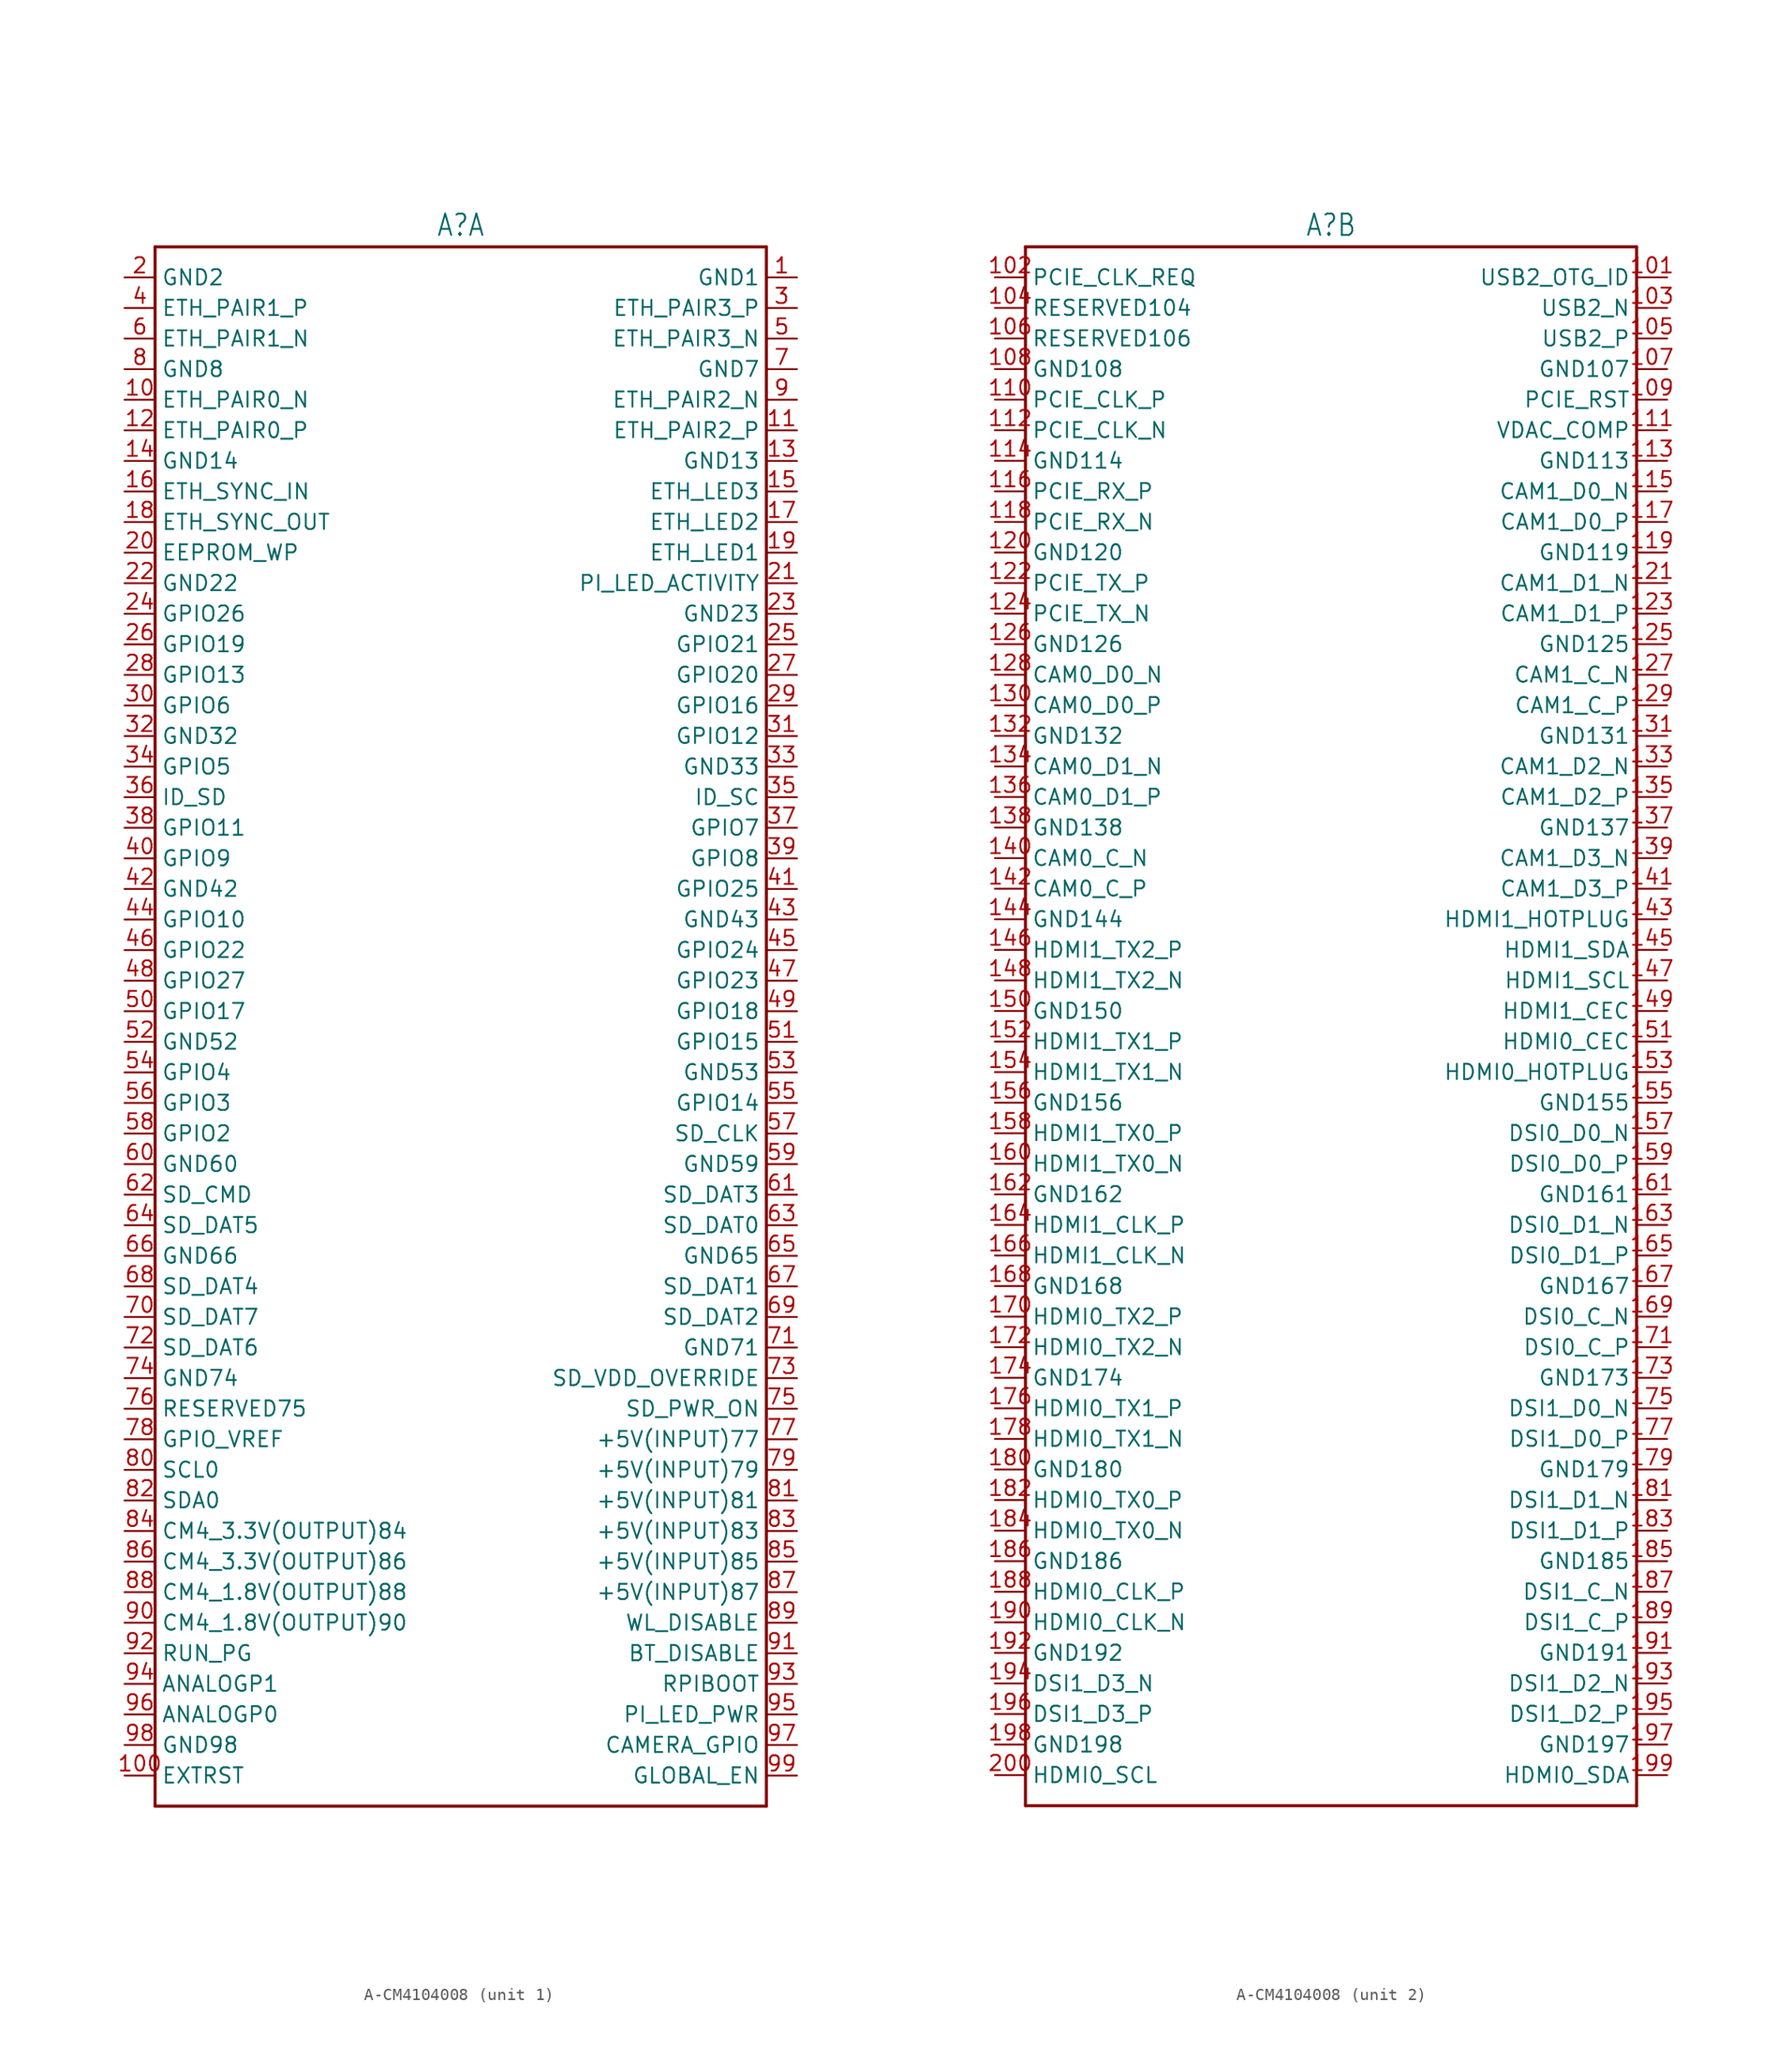
<source format=kicad_sym>
(kicad_symbol_lib
  (version 20231120)
  (generator "kicad_symbol_editor")
  (generator_version "8.0")
  (symbol "A-CM4104008"
    (property "Reference" "A"
      (at 0 66.802 0)
      (effects (font (size 1.778 1.511)) (justify bottom)))
    (property "Value" ""
      (at 0 -64.262 0)
      (effects (font (size 1.778 1.511)) (justify top)))
    (property "ki_locked" ""
      (at 0 0 0)
      (effects (font (size 1.27 1.27))))
    (symbol "A-CM4104008_1_0"
      (polyline (pts (xy -25.4 -63.5) (xy -25.4 66.04)) (stroke (width 0.254) (type solid)) (fill (type none)))
      (polyline (pts (xy -25.4 66.04) (xy 25.4 66.04)) (stroke (width 0.254) (type solid)) (fill (type none)))
      (polyline (pts (xy 25.4 -63.5) (xy -25.4 -63.5)) (stroke (width 0.254) (type solid)) (fill (type none)))
      (polyline (pts (xy 25.4 66.04) (xy 25.4 -63.5)) (stroke (width 0.254) (type solid)) (fill (type none)))
      (pin passive line (at 27.94 63.5 180) (length 2.54) (name "GND1" (effects (font (size 1.27 1.27)))) (number "1" (effects (font (size 1.27 1.27)))))
      (pin passive line (at -27.94 53.34 0) (length 2.54) (name "ETH_PAIR0_N" (effects (font (size 1.27 1.27)))) (number "10" (effects (font (size 1.27 1.27)))))
      (pin passive line (at -27.94 -60.96 0) (length 2.54) (name "EXTRST" (effects (font (size 1.27 1.27)))) (number "100" (effects (font (size 1.27 1.27)))))
      (pin passive line (at 27.94 50.8 180) (length 2.54) (name "ETH_PAIR2_P" (effects (font (size 1.27 1.27)))) (number "11" (effects (font (size 1.27 1.27)))))
      (pin passive line (at -27.94 50.8 0) (length 2.54) (name "ETH_PAIR0_P" (effects (font (size 1.27 1.27)))) (number "12" (effects (font (size 1.27 1.27)))))
      (pin passive line (at 27.94 48.26 180) (length 2.54) (name "GND13" (effects (font (size 1.27 1.27)))) (number "13" (effects (font (size 1.27 1.27)))))
      (pin passive line (at -27.94 48.26 0) (length 2.54) (name "GND14" (effects (font (size 1.27 1.27)))) (number "14" (effects (font (size 1.27 1.27)))))
      (pin passive line (at 27.94 45.72 180) (length 2.54) (name "ETH_LED3" (effects (font (size 1.27 1.27)))) (number "15" (effects (font (size 1.27 1.27)))))
      (pin passive line (at -27.94 45.72 0) (length 2.54) (name "ETH_SYNC_IN" (effects (font (size 1.27 1.27)))) (number "16" (effects (font (size 1.27 1.27)))))
      (pin passive line (at 27.94 43.18 180) (length 2.54) (name "ETH_LED2" (effects (font (size 1.27 1.27)))) (number "17" (effects (font (size 1.27 1.27)))))
      (pin passive line (at -27.94 43.18 0) (length 2.54) (name "ETH_SYNC_OUT" (effects (font (size 1.27 1.27)))) (number "18" (effects (font (size 1.27 1.27)))))
      (pin passive line (at 27.94 40.64 180) (length 2.54) (name "ETH_LED1" (effects (font (size 1.27 1.27)))) (number "19" (effects (font (size 1.27 1.27)))))
      (pin passive line (at -27.94 63.5 0) (length 2.54) (name "GND2" (effects (font (size 1.27 1.27)))) (number "2" (effects (font (size 1.27 1.27)))))
      (pin passive line (at -27.94 40.64 0) (length 2.54) (name "EEPROM_WP" (effects (font (size 1.27 1.27)))) (number "20" (effects (font (size 1.27 1.27)))))
      (pin passive line (at 27.94 38.1 180) (length 2.54) (name "PI_LED_ACTIVITY" (effects (font (size 1.27 1.27)))) (number "21" (effects (font (size 1.27 1.27)))))
      (pin passive line (at -27.94 38.1 0) (length 2.54) (name "GND22" (effects (font (size 1.27 1.27)))) (number "22" (effects (font (size 1.27 1.27)))))
      (pin passive line (at 27.94 35.56 180) (length 2.54) (name "GND23" (effects (font (size 1.27 1.27)))) (number "23" (effects (font (size 1.27 1.27)))))
      (pin passive line (at -27.94 35.56 0) (length 2.54) (name "GPIO26" (effects (font (size 1.27 1.27)))) (number "24" (effects (font (size 1.27 1.27)))))
      (pin passive line (at 27.94 33.02 180) (length 2.54) (name "GPIO21" (effects (font (size 1.27 1.27)))) (number "25" (effects (font (size 1.27 1.27)))))
      (pin passive line (at -27.94 33.02 0) (length 2.54) (name "GPIO19" (effects (font (size 1.27 1.27)))) (number "26" (effects (font (size 1.27 1.27)))))
      (pin passive line (at 27.94 30.48 180) (length 2.54) (name "GPIO20" (effects (font (size 1.27 1.27)))) (number "27" (effects (font (size 1.27 1.27)))))
      (pin passive line (at -27.94 30.48 0) (length 2.54) (name "GPIO13" (effects (font (size 1.27 1.27)))) (number "28" (effects (font (size 1.27 1.27)))))
      (pin passive line (at 27.94 27.94 180) (length 2.54) (name "GPIO16" (effects (font (size 1.27 1.27)))) (number "29" (effects (font (size 1.27 1.27)))))
      (pin passive line (at 27.94 60.96 180) (length 2.54) (name "ETH_PAIR3_P" (effects (font (size 1.27 1.27)))) (number "3" (effects (font (size 1.27 1.27)))))
      (pin passive line (at -27.94 27.94 0) (length 2.54) (name "GPIO6" (effects (font (size 1.27 1.27)))) (number "30" (effects (font (size 1.27 1.27)))))
      (pin passive line (at 27.94 25.4 180) (length 2.54) (name "GPIO12" (effects (font (size 1.27 1.27)))) (number "31" (effects (font (size 1.27 1.27)))))
      (pin passive line (at -27.94 25.4 0) (length 2.54) (name "GND32" (effects (font (size 1.27 1.27)))) (number "32" (effects (font (size 1.27 1.27)))))
      (pin passive line (at 27.94 22.86 180) (length 2.54) (name "GND33" (effects (font (size 1.27 1.27)))) (number "33" (effects (font (size 1.27 1.27)))))
      (pin passive line (at -27.94 22.86 0) (length 2.54) (name "GPIO5" (effects (font (size 1.27 1.27)))) (number "34" (effects (font (size 1.27 1.27)))))
      (pin passive line (at 27.94 20.32 180) (length 2.54) (name "ID_SC" (effects (font (size 1.27 1.27)))) (number "35" (effects (font (size 1.27 1.27)))))
      (pin passive line (at -27.94 20.32 0) (length 2.54) (name "ID_SD" (effects (font (size 1.27 1.27)))) (number "36" (effects (font (size 1.27 1.27)))))
      (pin passive line (at 27.94 17.78 180) (length 2.54) (name "GPIO7" (effects (font (size 1.27 1.27)))) (number "37" (effects (font (size 1.27 1.27)))))
      (pin passive line (at -27.94 17.78 0) (length 2.54) (name "GPIO11" (effects (font (size 1.27 1.27)))) (number "38" (effects (font (size 1.27 1.27)))))
      (pin passive line (at 27.94 15.24 180) (length 2.54) (name "GPIO8" (effects (font (size 1.27 1.27)))) (number "39" (effects (font (size 1.27 1.27)))))
      (pin passive line (at -27.94 60.96 0) (length 2.54) (name "ETH_PAIR1_P" (effects (font (size 1.27 1.27)))) (number "4" (effects (font (size 1.27 1.27)))))
      (pin passive line (at -27.94 15.24 0) (length 2.54) (name "GPIO9" (effects (font (size 1.27 1.27)))) (number "40" (effects (font (size 1.27 1.27)))))
      (pin passive line (at 27.94 12.7 180) (length 2.54) (name "GPIO25" (effects (font (size 1.27 1.27)))) (number "41" (effects (font (size 1.27 1.27)))))
      (pin passive line (at -27.94 12.7 0) (length 2.54) (name "GND42" (effects (font (size 1.27 1.27)))) (number "42" (effects (font (size 1.27 1.27)))))
      (pin passive line (at 27.94 10.16 180) (length 2.54) (name "GND43" (effects (font (size 1.27 1.27)))) (number "43" (effects (font (size 1.27 1.27)))))
      (pin passive line (at -27.94 10.16 0) (length 2.54) (name "GPIO10" (effects (font (size 1.27 1.27)))) (number "44" (effects (font (size 1.27 1.27)))))
      (pin passive line (at 27.94 7.62 180) (length 2.54) (name "GPIO24" (effects (font (size 1.27 1.27)))) (number "45" (effects (font (size 1.27 1.27)))))
      (pin passive line (at -27.94 7.62 0) (length 2.54) (name "GPIO22" (effects (font (size 1.27 1.27)))) (number "46" (effects (font (size 1.27 1.27)))))
      (pin passive line (at 27.94 5.08 180) (length 2.54) (name "GPIO23" (effects (font (size 1.27 1.27)))) (number "47" (effects (font (size 1.27 1.27)))))
      (pin passive line (at -27.94 5.08 0) (length 2.54) (name "GPIO27" (effects (font (size 1.27 1.27)))) (number "48" (effects (font (size 1.27 1.27)))))
      (pin passive line (at 27.94 2.54 180) (length 2.54) (name "GPIO18" (effects (font (size 1.27 1.27)))) (number "49" (effects (font (size 1.27 1.27)))))
      (pin passive line (at 27.94 58.42 180) (length 2.54) (name "ETH_PAIR3_N" (effects (font (size 1.27 1.27)))) (number "5" (effects (font (size 1.27 1.27)))))
      (pin passive line (at -27.94 2.54 0) (length 2.54) (name "GPIO17" (effects (font (size 1.27 1.27)))) (number "50" (effects (font (size 1.27 1.27)))))
      (pin passive line (at 27.94 0 180) (length 2.54) (name "GPIO15" (effects (font (size 1.27 1.27)))) (number "51" (effects (font (size 1.27 1.27)))))
      (pin passive line (at -27.94 0 0) (length 2.54) (name "GND52" (effects (font (size 1.27 1.27)))) (number "52" (effects (font (size 1.27 1.27)))))
      (pin passive line (at 27.94 -2.54 180) (length 2.54) (name "GND53" (effects (font (size 1.27 1.27)))) (number "53" (effects (font (size 1.27 1.27)))))
      (pin passive line (at -27.94 -2.54 0) (length 2.54) (name "GPIO4" (effects (font (size 1.27 1.27)))) (number "54" (effects (font (size 1.27 1.27)))))
      (pin passive line (at 27.94 -5.08 180) (length 2.54) (name "GPIO14" (effects (font (size 1.27 1.27)))) (number "55" (effects (font (size 1.27 1.27)))))
      (pin passive line (at -27.94 -5.08 0) (length 2.54) (name "GPIO3" (effects (font (size 1.27 1.27)))) (number "56" (effects (font (size 1.27 1.27)))))
      (pin passive line (at 27.94 -7.62 180) (length 2.54) (name "SD_CLK" (effects (font (size 1.27 1.27)))) (number "57" (effects (font (size 1.27 1.27)))))
      (pin passive line (at -27.94 -7.62 0) (length 2.54) (name "GPIO2" (effects (font (size 1.27 1.27)))) (number "58" (effects (font (size 1.27 1.27)))))
      (pin passive line (at 27.94 -10.16 180) (length 2.54) (name "GND59" (effects (font (size 1.27 1.27)))) (number "59" (effects (font (size 1.27 1.27)))))
      (pin passive line (at -27.94 58.42 0) (length 2.54) (name "ETH_PAIR1_N" (effects (font (size 1.27 1.27)))) (number "6" (effects (font (size 1.27 1.27)))))
      (pin passive line (at -27.94 -10.16 0) (length 2.54) (name "GND60" (effects (font (size 1.27 1.27)))) (number "60" (effects (font (size 1.27 1.27)))))
      (pin passive line (at 27.94 -12.7 180) (length 2.54) (name "SD_DAT3" (effects (font (size 1.27 1.27)))) (number "61" (effects (font (size 1.27 1.27)))))
      (pin passive line (at -27.94 -12.7 0) (length 2.54) (name "SD_CMD" (effects (font (size 1.27 1.27)))) (number "62" (effects (font (size 1.27 1.27)))))
      (pin passive line (at 27.94 -15.24 180) (length 2.54) (name "SD_DAT0" (effects (font (size 1.27 1.27)))) (number "63" (effects (font (size 1.27 1.27)))))
      (pin passive line (at -27.94 -15.24 0) (length 2.54) (name "SD_DAT5" (effects (font (size 1.27 1.27)))) (number "64" (effects (font (size 1.27 1.27)))))
      (pin passive line (at 27.94 -17.78 180) (length 2.54) (name "GND65" (effects (font (size 1.27 1.27)))) (number "65" (effects (font (size 1.27 1.27)))))
      (pin passive line (at -27.94 -17.78 0) (length 2.54) (name "GND66" (effects (font (size 1.27 1.27)))) (number "66" (effects (font (size 1.27 1.27)))))
      (pin passive line (at 27.94 -20.32 180) (length 2.54) (name "SD_DAT1" (effects (font (size 1.27 1.27)))) (number "67" (effects (font (size 1.27 1.27)))))
      (pin passive line (at -27.94 -20.32 0) (length 2.54) (name "SD_DAT4" (effects (font (size 1.27 1.27)))) (number "68" (effects (font (size 1.27 1.27)))))
      (pin passive line (at 27.94 -22.86 180) (length 2.54) (name "SD_DAT2" (effects (font (size 1.27 1.27)))) (number "69" (effects (font (size 1.27 1.27)))))
      (pin passive line (at 27.94 55.88 180) (length 2.54) (name "GND7" (effects (font (size 1.27 1.27)))) (number "7" (effects (font (size 1.27 1.27)))))
      (pin passive line (at -27.94 -22.86 0) (length 2.54) (name "SD_DAT7" (effects (font (size 1.27 1.27)))) (number "70" (effects (font (size 1.27 1.27)))))
      (pin passive line (at 27.94 -25.4 180) (length 2.54) (name "GND71" (effects (font (size 1.27 1.27)))) (number "71" (effects (font (size 1.27 1.27)))))
      (pin passive line (at -27.94 -25.4 0) (length 2.54) (name "SD_DAT6" (effects (font (size 1.27 1.27)))) (number "72" (effects (font (size 1.27 1.27)))))
      (pin passive line (at 27.94 -27.94 180) (length 2.54) (name "SD_VDD_OVERRIDE" (effects (font (size 1.27 1.27)))) (number "73" (effects (font (size 1.27 1.27)))))
      (pin passive line (at -27.94 -27.94 0) (length 2.54) (name "GND74" (effects (font (size 1.27 1.27)))) (number "74" (effects (font (size 1.27 1.27)))))
      (pin passive line (at 27.94 -30.48 180) (length 2.54) (name "SD_PWR_ON" (effects (font (size 1.27 1.27)))) (number "75" (effects (font (size 1.27 1.27)))))
      (pin passive line (at -27.94 -30.48 0) (length 2.54) (name "RESERVED75" (effects (font (size 1.27 1.27)))) (number "76" (effects (font (size 1.27 1.27)))))
      (pin passive line (at 27.94 -33.02 180) (length 2.54) (name "+5V(INPUT)77" (effects (font (size 1.27 1.27)))) (number "77" (effects (font (size 1.27 1.27)))))
      (pin passive line (at -27.94 -33.02 0) (length 2.54) (name "GPIO_VREF" (effects (font (size 1.27 1.27)))) (number "78" (effects (font (size 1.27 1.27)))))
      (pin passive line (at 27.94 -35.56 180) (length 2.54) (name "+5V(INPUT)79" (effects (font (size 1.27 1.27)))) (number "79" (effects (font (size 1.27 1.27)))))
      (pin passive line (at -27.94 55.88 0) (length 2.54) (name "GND8" (effects (font (size 1.27 1.27)))) (number "8" (effects (font (size 1.27 1.27)))))
      (pin passive line (at -27.94 -35.56 0) (length 2.54) (name "SCL0" (effects (font (size 1.27 1.27)))) (number "80" (effects (font (size 1.27 1.27)))))
      (pin passive line (at 27.94 -38.1 180) (length 2.54) (name "+5V(INPUT)81" (effects (font (size 1.27 1.27)))) (number "81" (effects (font (size 1.27 1.27)))))
      (pin passive line (at -27.94 -38.1 0) (length 2.54) (name "SDA0" (effects (font (size 1.27 1.27)))) (number "82" (effects (font (size 1.27 1.27)))))
      (pin passive line (at 27.94 -40.64 180) (length 2.54) (name "+5V(INPUT)83" (effects (font (size 1.27 1.27)))) (number "83" (effects (font (size 1.27 1.27)))))
      (pin passive line (at -27.94 -40.64 0) (length 2.54) (name "CM4_3.3V(OUTPUT)84" (effects (font (size 1.27 1.27)))) (number "84" (effects (font (size 1.27 1.27)))))
      (pin passive line (at 27.94 -43.18 180) (length 2.54) (name "+5V(INPUT)85" (effects (font (size 1.27 1.27)))) (number "85" (effects (font (size 1.27 1.27)))))
      (pin passive line (at -27.94 -43.18 0) (length 2.54) (name "CM4_3.3V(OUTPUT)86" (effects (font (size 1.27 1.27)))) (number "86" (effects (font (size 1.27 1.27)))))
      (pin passive line (at 27.94 -45.72 180) (length 2.54) (name "+5V(INPUT)87" (effects (font (size 1.27 1.27)))) (number "87" (effects (font (size 1.27 1.27)))))
      (pin passive line (at -27.94 -45.72 0) (length 2.54) (name "CM4_1.8V(OUTPUT)88" (effects (font (size 1.27 1.27)))) (number "88" (effects (font (size 1.27 1.27)))))
      (pin passive line (at 27.94 -48.26 180) (length 2.54) (name "WL_DISABLE" (effects (font (size 1.27 1.27)))) (number "89" (effects (font (size 1.27 1.27)))))
      (pin passive line (at 27.94 53.34 180) (length 2.54) (name "ETH_PAIR2_N" (effects (font (size 1.27 1.27)))) (number "9" (effects (font (size 1.27 1.27)))))
      (pin passive line (at -27.94 -48.26 0) (length 2.54) (name "CM4_1.8V(OUTPUT)90" (effects (font (size 1.27 1.27)))) (number "90" (effects (font (size 1.27 1.27)))))
      (pin passive line (at 27.94 -50.8 180) (length 2.54) (name "BT_DISABLE" (effects (font (size 1.27 1.27)))) (number "91" (effects (font (size 1.27 1.27)))))
      (pin passive line (at -27.94 -50.8 0) (length 2.54) (name "RUN_PG" (effects (font (size 1.27 1.27)))) (number "92" (effects (font (size 1.27 1.27)))))
      (pin passive line (at 27.94 -53.34 180) (length 2.54) (name "RPIBOOT" (effects (font (size 1.27 1.27)))) (number "93" (effects (font (size 1.27 1.27)))))
      (pin passive line (at -27.94 -53.34 0) (length 2.54) (name "ANALOGP1" (effects (font (size 1.27 1.27)))) (number "94" (effects (font (size 1.27 1.27)))))
      (pin passive line (at 27.94 -55.88 180) (length 2.54) (name "PI_LED_PWR" (effects (font (size 1.27 1.27)))) (number "95" (effects (font (size 1.27 1.27)))))
      (pin passive line (at -27.94 -55.88 0) (length 2.54) (name "ANALOGP0" (effects (font (size 1.27 1.27)))) (number "96" (effects (font (size 1.27 1.27)))))
      (pin passive line (at 27.94 -58.42 180) (length 2.54) (name "CAMERA_GPIO" (effects (font (size 1.27 1.27)))) (number "97" (effects (font (size 1.27 1.27)))))
      (pin passive line (at -27.94 -58.42 0) (length 2.54) (name "GND98" (effects (font (size 1.27 1.27)))) (number "98" (effects (font (size 1.27 1.27)))))
      (pin passive line (at 27.94 -60.96 180) (length 2.54) (name "GLOBAL_EN" (effects (font (size 1.27 1.27)))) (number "99" (effects (font (size 1.27 1.27))))))
    (symbol "A-CM4104008_2_0"
      (polyline (pts (xy -25.4 -63.5) (xy -25.4 66.04)) (stroke (width 0.254) (type solid)) (fill (type none)))
      (polyline (pts (xy -25.4 66.04) (xy 25.4 66.04)) (stroke (width 0.254) (type solid)) (fill (type none)))
      (polyline (pts (xy 25.4 -63.5) (xy -25.4 -63.5)) (stroke (width 0.254) (type solid)) (fill (type none)))
      (polyline (pts (xy 25.4 66.04) (xy 25.4 -63.5)) (stroke (width 0.254) (type solid)) (fill (type none)))
      (pin passive line (at 27.94 63.5 180) (length 2.54) (name "USB2_OTG_ID" (effects (font (size 1.27 1.27)))) (number "101" (effects (font (size 1.27 1.27)))))
      (pin passive line (at -27.94 63.5 0) (length 2.54) (name "PCIE_CLK_REQ" (effects (font (size 1.27 1.27)))) (number "102" (effects (font (size 1.27 1.27)))))
      (pin passive line (at 27.94 60.96 180) (length 2.54) (name "USB2_N" (effects (font (size 1.27 1.27)))) (number "103" (effects (font (size 1.27 1.27)))))
      (pin passive line (at -27.94 60.96 0) (length 2.54) (name "RESERVED104" (effects (font (size 1.27 1.27)))) (number "104" (effects (font (size 1.27 1.27)))))
      (pin passive line (at 27.94 58.42 180) (length 2.54) (name "USB2_P" (effects (font (size 1.27 1.27)))) (number "105" (effects (font (size 1.27 1.27)))))
      (pin passive line (at -27.94 58.42 0) (length 2.54) (name "RESERVED106" (effects (font (size 1.27 1.27)))) (number "106" (effects (font (size 1.27 1.27)))))
      (pin passive line (at 27.94 55.88 180) (length 2.54) (name "GND107" (effects (font (size 1.27 1.27)))) (number "107" (effects (font (size 1.27 1.27)))))
      (pin passive line (at -27.94 55.88 0) (length 2.54) (name "GND108" (effects (font (size 1.27 1.27)))) (number "108" (effects (font (size 1.27 1.27)))))
      (pin passive line (at 27.94 53.34 180) (length 2.54) (name "PCIE_RST" (effects (font (size 1.27 1.27)))) (number "109" (effects (font (size 1.27 1.27)))))
      (pin passive line (at -27.94 53.34 0) (length 2.54) (name "PCIE_CLK_P" (effects (font (size 1.27 1.27)))) (number "110" (effects (font (size 1.27 1.27)))))
      (pin passive line (at 27.94 50.8 180) (length 2.54) (name "VDAC_COMP" (effects (font (size 1.27 1.27)))) (number "111" (effects (font (size 1.27 1.27)))))
      (pin passive line (at -27.94 50.8 0) (length 2.54) (name "PCIE_CLK_N" (effects (font (size 1.27 1.27)))) (number "112" (effects (font (size 1.27 1.27)))))
      (pin passive line (at 27.94 48.26 180) (length 2.54) (name "GND113" (effects (font (size 1.27 1.27)))) (number "113" (effects (font (size 1.27 1.27)))))
      (pin passive line (at -27.94 48.26 0) (length 2.54) (name "GND114" (effects (font (size 1.27 1.27)))) (number "114" (effects (font (size 1.27 1.27)))))
      (pin passive line (at 27.94 45.72 180) (length 2.54) (name "CAM1_D0_N" (effects (font (size 1.27 1.27)))) (number "115" (effects (font (size 1.27 1.27)))))
      (pin passive line (at -27.94 45.72 0) (length 2.54) (name "PCIE_RX_P" (effects (font (size 1.27 1.27)))) (number "116" (effects (font (size 1.27 1.27)))))
      (pin passive line (at 27.94 43.18 180) (length 2.54) (name "CAM1_D0_P" (effects (font (size 1.27 1.27)))) (number "117" (effects (font (size 1.27 1.27)))))
      (pin passive line (at -27.94 43.18 0) (length 2.54) (name "PCIE_RX_N" (effects (font (size 1.27 1.27)))) (number "118" (effects (font (size 1.27 1.27)))))
      (pin passive line (at 27.94 40.64 180) (length 2.54) (name "GND119" (effects (font (size 1.27 1.27)))) (number "119" (effects (font (size 1.27 1.27)))))
      (pin passive line (at -27.94 40.64 0) (length 2.54) (name "GND120" (effects (font (size 1.27 1.27)))) (number "120" (effects (font (size 1.27 1.27)))))
      (pin passive line (at 27.94 38.1 180) (length 2.54) (name "CAM1_D1_N" (effects (font (size 1.27 1.27)))) (number "121" (effects (font (size 1.27 1.27)))))
      (pin passive line (at -27.94 38.1 0) (length 2.54) (name "PCIE_TX_P" (effects (font (size 1.27 1.27)))) (number "122" (effects (font (size 1.27 1.27)))))
      (pin passive line (at 27.94 35.56 180) (length 2.54) (name "CAM1_D1_P" (effects (font (size 1.27 1.27)))) (number "123" (effects (font (size 1.27 1.27)))))
      (pin passive line (at -27.94 35.56 0) (length 2.54) (name "PCIE_TX_N" (effects (font (size 1.27 1.27)))) (number "124" (effects (font (size 1.27 1.27)))))
      (pin passive line (at 27.94 33.02 180) (length 2.54) (name "GND125" (effects (font (size 1.27 1.27)))) (number "125" (effects (font (size 1.27 1.27)))))
      (pin passive line (at -27.94 33.02 0) (length 2.54) (name "GND126" (effects (font (size 1.27 1.27)))) (number "126" (effects (font (size 1.27 1.27)))))
      (pin passive line (at 27.94 30.48 180) (length 2.54) (name "CAM1_C_N" (effects (font (size 1.27 1.27)))) (number "127" (effects (font (size 1.27 1.27)))))
      (pin passive line (at -27.94 30.48 0) (length 2.54) (name "CAM0_D0_N" (effects (font (size 1.27 1.27)))) (number "128" (effects (font (size 1.27 1.27)))))
      (pin passive line (at 27.94 27.94 180) (length 2.54) (name "CAM1_C_P" (effects (font (size 1.27 1.27)))) (number "129" (effects (font (size 1.27 1.27)))))
      (pin passive line (at -27.94 27.94 0) (length 2.54) (name "CAM0_D0_P" (effects (font (size 1.27 1.27)))) (number "130" (effects (font (size 1.27 1.27)))))
      (pin passive line (at 27.94 25.4 180) (length 2.54) (name "GND131" (effects (font (size 1.27 1.27)))) (number "131" (effects (font (size 1.27 1.27)))))
      (pin passive line (at -27.94 25.4 0) (length 2.54) (name "GND132" (effects (font (size 1.27 1.27)))) (number "132" (effects (font (size 1.27 1.27)))))
      (pin passive line (at 27.94 22.86 180) (length 2.54) (name "CAM1_D2_N" (effects (font (size 1.27 1.27)))) (number "133" (effects (font (size 1.27 1.27)))))
      (pin passive line (at -27.94 22.86 0) (length 2.54) (name "CAM0_D1_N" (effects (font (size 1.27 1.27)))) (number "134" (effects (font (size 1.27 1.27)))))
      (pin passive line (at 27.94 20.32 180) (length 2.54) (name "CAM1_D2_P" (effects (font (size 1.27 1.27)))) (number "135" (effects (font (size 1.27 1.27)))))
      (pin passive line (at -27.94 20.32 0) (length 2.54) (name "CAM0_D1_P" (effects (font (size 1.27 1.27)))) (number "136" (effects (font (size 1.27 1.27)))))
      (pin passive line (at 27.94 17.78 180) (length 2.54) (name "GND137" (effects (font (size 1.27 1.27)))) (number "137" (effects (font (size 1.27 1.27)))))
      (pin passive line (at -27.94 17.78 0) (length 2.54) (name "GND138" (effects (font (size 1.27 1.27)))) (number "138" (effects (font (size 1.27 1.27)))))
      (pin passive line (at 27.94 15.24 180) (length 2.54) (name "CAM1_D3_N" (effects (font (size 1.27 1.27)))) (number "139" (effects (font (size 1.27 1.27)))))
      (pin passive line (at -27.94 15.24 0) (length 2.54) (name "CAM0_C_N" (effects (font (size 1.27 1.27)))) (number "140" (effects (font (size 1.27 1.27)))))
      (pin passive line (at 27.94 12.7 180) (length 2.54) (name "CAM1_D3_P" (effects (font (size 1.27 1.27)))) (number "141" (effects (font (size 1.27 1.27)))))
      (pin passive line (at -27.94 12.7 0) (length 2.54) (name "CAM0_C_P" (effects (font (size 1.27 1.27)))) (number "142" (effects (font (size 1.27 1.27)))))
      (pin passive line (at 27.94 10.16 180) (length 2.54) (name "HDMI1_HOTPLUG" (effects (font (size 1.27 1.27)))) (number "143" (effects (font (size 1.27 1.27)))))
      (pin passive line (at -27.94 10.16 0) (length 2.54) (name "GND144" (effects (font (size 1.27 1.27)))) (number "144" (effects (font (size 1.27 1.27)))))
      (pin passive line (at 27.94 7.62 180) (length 2.54) (name "HDMI1_SDA" (effects (font (size 1.27 1.27)))) (number "145" (effects (font (size 1.27 1.27)))))
      (pin passive line (at -27.94 7.62 0) (length 2.54) (name "HDMI1_TX2_P" (effects (font (size 1.27 1.27)))) (number "146" (effects (font (size 1.27 1.27)))))
      (pin passive line (at 27.94 5.08 180) (length 2.54) (name "HDMI1_SCL" (effects (font (size 1.27 1.27)))) (number "147" (effects (font (size 1.27 1.27)))))
      (pin passive line (at -27.94 5.08 0) (length 2.54) (name "HDMI1_TX2_N" (effects (font (size 1.27 1.27)))) (number "148" (effects (font (size 1.27 1.27)))))
      (pin passive line (at 27.94 2.54 180) (length 2.54) (name "HDMI1_CEC" (effects (font (size 1.27 1.27)))) (number "149" (effects (font (size 1.27 1.27)))))
      (pin passive line (at -27.94 2.54 0) (length 2.54) (name "GND150" (effects (font (size 1.27 1.27)))) (number "150" (effects (font (size 1.27 1.27)))))
      (pin passive line (at 27.94 0 180) (length 2.54) (name "HDMI0_CEC" (effects (font (size 1.27 1.27)))) (number "151" (effects (font (size 1.27 1.27)))))
      (pin passive line (at -27.94 0 0) (length 2.54) (name "HDMI1_TX1_P" (effects (font (size 1.27 1.27)))) (number "152" (effects (font (size 1.27 1.27)))))
      (pin passive line (at 27.94 -2.54 180) (length 2.54) (name "HDMI0_HOTPLUG" (effects (font (size 1.27 1.27)))) (number "153" (effects (font (size 1.27 1.27)))))
      (pin passive line (at -27.94 -2.54 0) (length 2.54) (name "HDMI1_TX1_N" (effects (font (size 1.27 1.27)))) (number "154" (effects (font (size 1.27 1.27)))))
      (pin passive line (at 27.94 -5.08 180) (length 2.54) (name "GND155" (effects (font (size 1.27 1.27)))) (number "155" (effects (font (size 1.27 1.27)))))
      (pin passive line (at -27.94 -5.08 0) (length 2.54) (name "GND156" (effects (font (size 1.27 1.27)))) (number "156" (effects (font (size 1.27 1.27)))))
      (pin passive line (at 27.94 -7.62 180) (length 2.54) (name "DSI0_D0_N" (effects (font (size 1.27 1.27)))) (number "157" (effects (font (size 1.27 1.27)))))
      (pin passive line (at -27.94 -7.62 0) (length 2.54) (name "HDMI1_TX0_P" (effects (font (size 1.27 1.27)))) (number "158" (effects (font (size 1.27 1.27)))))
      (pin passive line (at 27.94 -10.16 180) (length 2.54) (name "DSI0_D0_P" (effects (font (size 1.27 1.27)))) (number "159" (effects (font (size 1.27 1.27)))))
      (pin passive line (at -27.94 -10.16 0) (length 2.54) (name "HDMI1_TX0_N" (effects (font (size 1.27 1.27)))) (number "160" (effects (font (size 1.27 1.27)))))
      (pin passive line (at 27.94 -12.7 180) (length 2.54) (name "GND161" (effects (font (size 1.27 1.27)))) (number "161" (effects (font (size 1.27 1.27)))))
      (pin passive line (at -27.94 -12.7 0) (length 2.54) (name "GND162" (effects (font (size 1.27 1.27)))) (number "162" (effects (font (size 1.27 1.27)))))
      (pin passive line (at 27.94 -15.24 180) (length 2.54) (name "DSI0_D1_N" (effects (font (size 1.27 1.27)))) (number "163" (effects (font (size 1.27 1.27)))))
      (pin passive line (at -27.94 -15.24 0) (length 2.54) (name "HDMI1_CLK_P" (effects (font (size 1.27 1.27)))) (number "164" (effects (font (size 1.27 1.27)))))
      (pin passive line (at 27.94 -17.78 180) (length 2.54) (name "DSI0_D1_P" (effects (font (size 1.27 1.27)))) (number "165" (effects (font (size 1.27 1.27)))))
      (pin passive line (at -27.94 -17.78 0) (length 2.54) (name "HDMI1_CLK_N" (effects (font (size 1.27 1.27)))) (number "166" (effects (font (size 1.27 1.27)))))
      (pin passive line (at 27.94 -20.32 180) (length 2.54) (name "GND167" (effects (font (size 1.27 1.27)))) (number "167" (effects (font (size 1.27 1.27)))))
      (pin passive line (at -27.94 -20.32 0) (length 2.54) (name "GND168" (effects (font (size 1.27 1.27)))) (number "168" (effects (font (size 1.27 1.27)))))
      (pin passive line (at 27.94 -22.86 180) (length 2.54) (name "DSI0_C_N" (effects (font (size 1.27 1.27)))) (number "169" (effects (font (size 1.27 1.27)))))
      (pin passive line (at -27.94 -22.86 0) (length 2.54) (name "HDMI0_TX2_P" (effects (font (size 1.27 1.27)))) (number "170" (effects (font (size 1.27 1.27)))))
      (pin passive line (at 27.94 -25.4 180) (length 2.54) (name "DSI0_C_P" (effects (font (size 1.27 1.27)))) (number "171" (effects (font (size 1.27 1.27)))))
      (pin passive line (at -27.94 -25.4 0) (length 2.54) (name "HDMI0_TX2_N" (effects (font (size 1.27 1.27)))) (number "172" (effects (font (size 1.27 1.27)))))
      (pin passive line (at 27.94 -27.94 180) (length 2.54) (name "GND173" (effects (font (size 1.27 1.27)))) (number "173" (effects (font (size 1.27 1.27)))))
      (pin passive line (at -27.94 -27.94 0) (length 2.54) (name "GND174" (effects (font (size 1.27 1.27)))) (number "174" (effects (font (size 1.27 1.27)))))
      (pin passive line (at 27.94 -30.48 180) (length 2.54) (name "DSI1_D0_N" (effects (font (size 1.27 1.27)))) (number "175" (effects (font (size 1.27 1.27)))))
      (pin passive line (at -27.94 -30.48 0) (length 2.54) (name "HDMI0_TX1_P" (effects (font (size 1.27 1.27)))) (number "176" (effects (font (size 1.27 1.27)))))
      (pin passive line (at 27.94 -33.02 180) (length 2.54) (name "DSI1_D0_P" (effects (font (size 1.27 1.27)))) (number "177" (effects (font (size 1.27 1.27)))))
      (pin passive line (at -27.94 -33.02 0) (length 2.54) (name "HDMI0_TX1_N" (effects (font (size 1.27 1.27)))) (number "178" (effects (font (size 1.27 1.27)))))
      (pin passive line (at 27.94 -35.56 180) (length 2.54) (name "GND179" (effects (font (size 1.27 1.27)))) (number "179" (effects (font (size 1.27 1.27)))))
      (pin passive line (at -27.94 -35.56 0) (length 2.54) (name "GND180" (effects (font (size 1.27 1.27)))) (number "180" (effects (font (size 1.27 1.27)))))
      (pin passive line (at 27.94 -38.1 180) (length 2.54) (name "DSI1_D1_N" (effects (font (size 1.27 1.27)))) (number "181" (effects (font (size 1.27 1.27)))))
      (pin passive line (at -27.94 -38.1 0) (length 2.54) (name "HDMI0_TX0_P" (effects (font (size 1.27 1.27)))) (number "182" (effects (font (size 1.27 1.27)))))
      (pin passive line (at 27.94 -40.64 180) (length 2.54) (name "DSI1_D1_P" (effects (font (size 1.27 1.27)))) (number "183" (effects (font (size 1.27 1.27)))))
      (pin passive line (at -27.94 -40.64 0) (length 2.54) (name "HDMI0_TX0_N" (effects (font (size 1.27 1.27)))) (number "184" (effects (font (size 1.27 1.27)))))
      (pin passive line (at 27.94 -43.18 180) (length 2.54) (name "GND185" (effects (font (size 1.27 1.27)))) (number "185" (effects (font (size 1.27 1.27)))))
      (pin passive line (at -27.94 -43.18 0) (length 2.54) (name "GND186" (effects (font (size 1.27 1.27)))) (number "186" (effects (font (size 1.27 1.27)))))
      (pin passive line (at 27.94 -45.72 180) (length 2.54) (name "DSI1_C_N" (effects (font (size 1.27 1.27)))) (number "187" (effects (font (size 1.27 1.27)))))
      (pin passive line (at -27.94 -45.72 0) (length 2.54) (name "HDMI0_CLK_P" (effects (font (size 1.27 1.27)))) (number "188" (effects (font (size 1.27 1.27)))))
      (pin passive line (at 27.94 -48.26 180) (length 2.54) (name "DSI1_C_P" (effects (font (size 1.27 1.27)))) (number "189" (effects (font (size 1.27 1.27)))))
      (pin passive line (at -27.94 -48.26 0) (length 2.54) (name "HDMI0_CLK_N" (effects (font (size 1.27 1.27)))) (number "190" (effects (font (size 1.27 1.27)))))
      (pin passive line (at 27.94 -50.8 180) (length 2.54) (name "GND191" (effects (font (size 1.27 1.27)))) (number "191" (effects (font (size 1.27 1.27)))))
      (pin passive line (at -27.94 -50.8 0) (length 2.54) (name "GND192" (effects (font (size 1.27 1.27)))) (number "192" (effects (font (size 1.27 1.27)))))
      (pin passive line (at 27.94 -53.34 180) (length 2.54) (name "DSI1_D2_N" (effects (font (size 1.27 1.27)))) (number "193" (effects (font (size 1.27 1.27)))))
      (pin passive line (at -27.94 -53.34 0) (length 2.54) (name "DSI1_D3_N" (effects (font (size 1.27 1.27)))) (number "194" (effects (font (size 1.27 1.27)))))
      (pin passive line (at 27.94 -55.88 180) (length 2.54) (name "DSI1_D2_P" (effects (font (size 1.27 1.27)))) (number "195" (effects (font (size 1.27 1.27)))))
      (pin passive line (at -27.94 -55.88 0) (length 2.54) (name "DSI1_D3_P" (effects (font (size 1.27 1.27)))) (number "196" (effects (font (size 1.27 1.27)))))
      (pin passive line (at 27.94 -58.42 180) (length 2.54) (name "GND197" (effects (font (size 1.27 1.27)))) (number "197" (effects (font (size 1.27 1.27)))))
      (pin passive line (at -27.94 -58.42 0) (length 2.54) (name "GND198" (effects (font (size 1.27 1.27)))) (number "198" (effects (font (size 1.27 1.27)))))
      (pin passive line (at 27.94 -60.96 180) (length 2.54) (name "HDMI0_SDA" (effects (font (size 1.27 1.27)))) (number "199" (effects (font (size 1.27 1.27)))))
      (pin passive line (at -27.94 -60.96 0) (length 2.54) (name "HDMI0_SCL" (effects (font (size 1.27 1.27)))) (number "200" (effects (font (size 1.27 1.27))))))))
</source>
